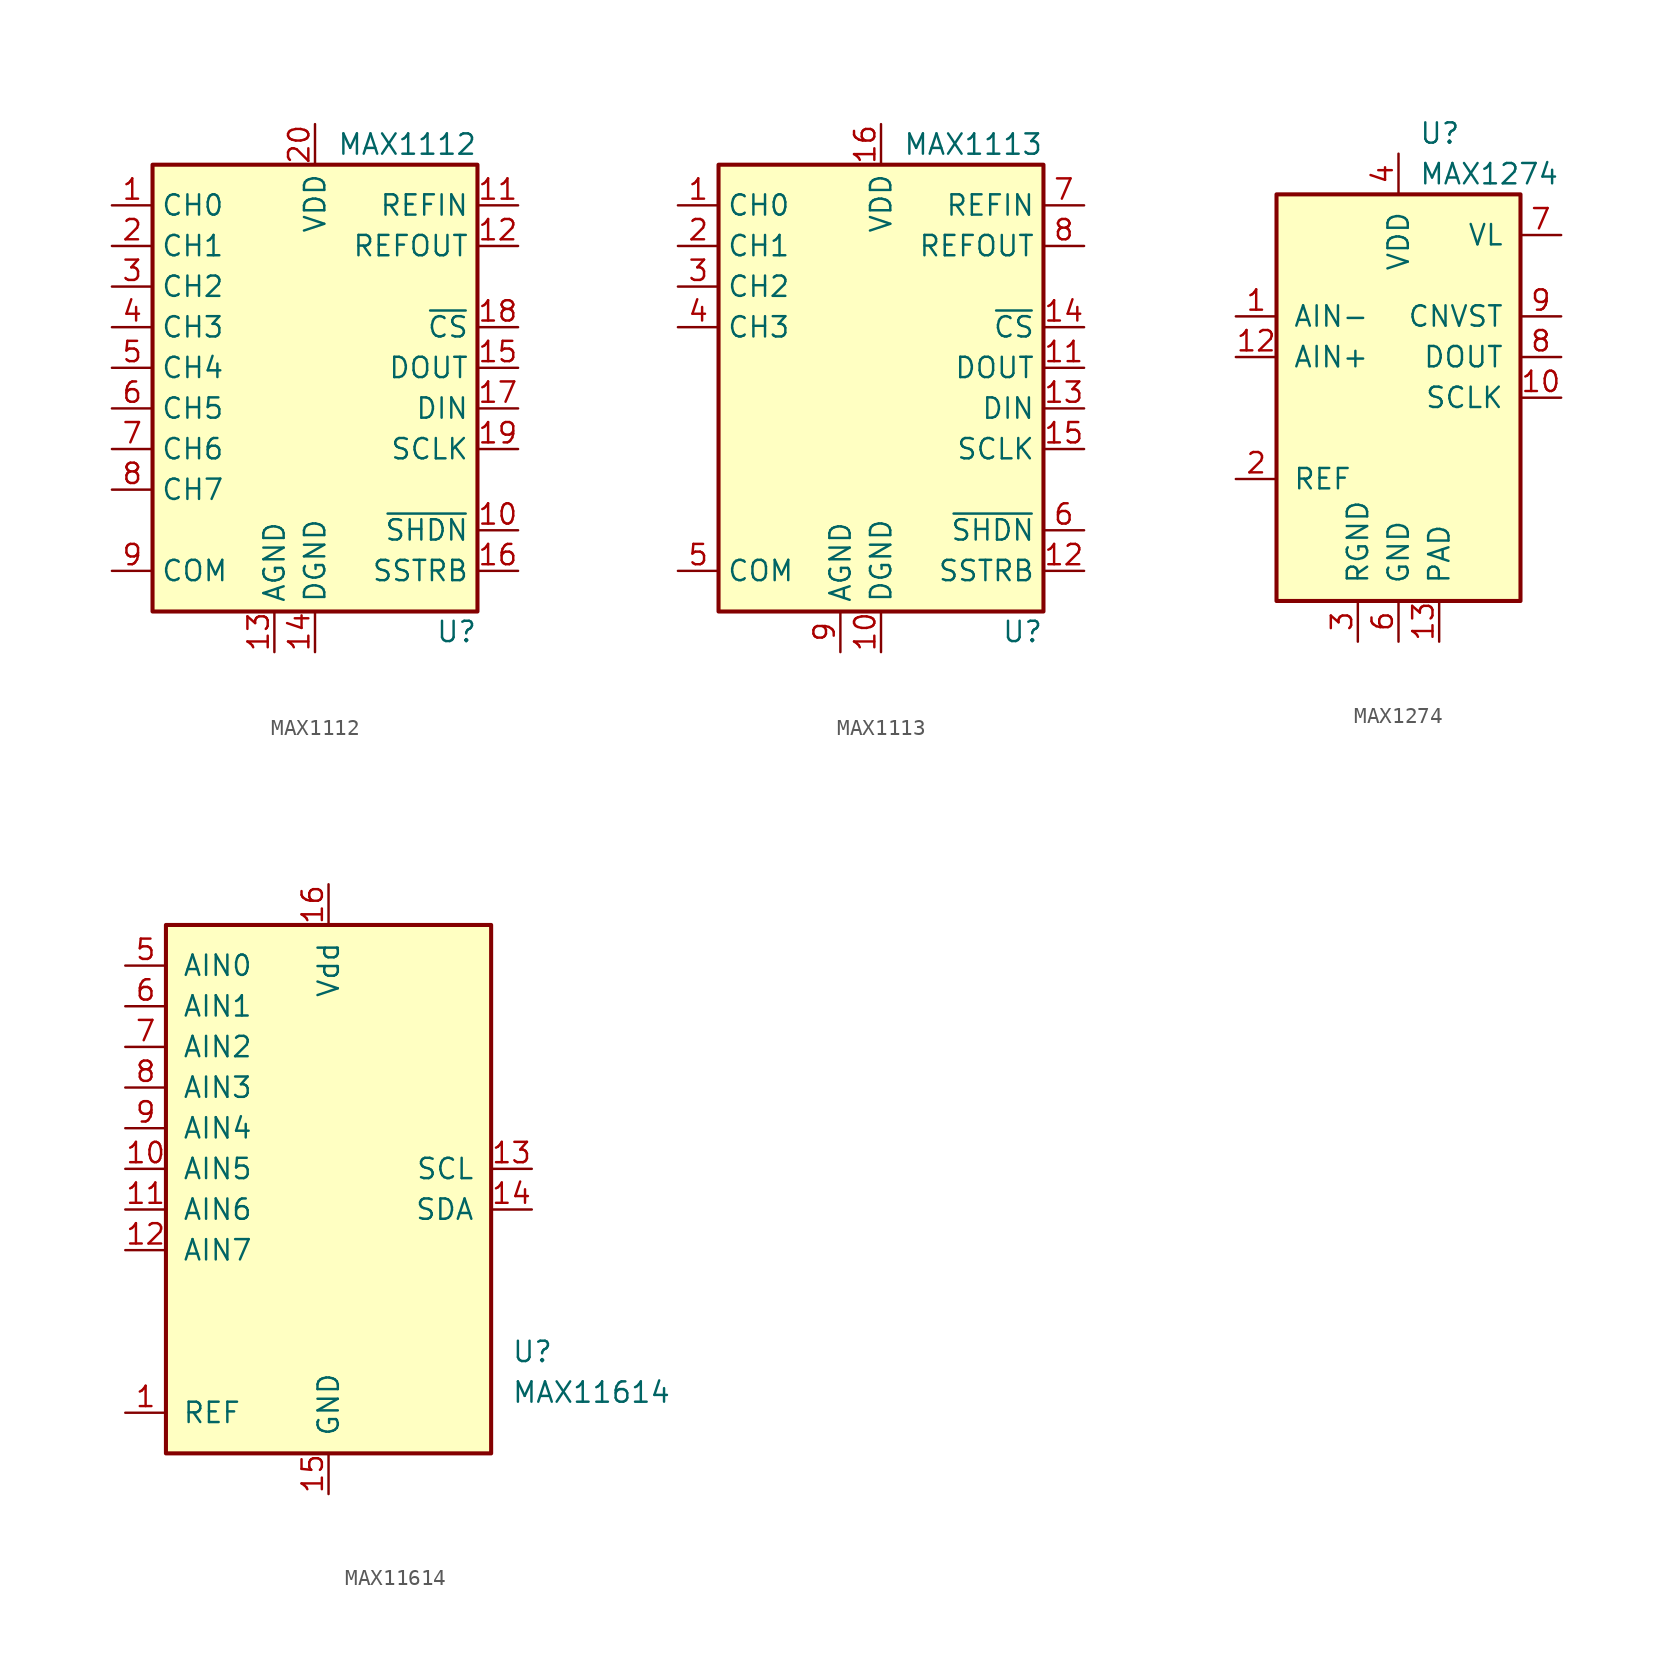
<source format=kicad_sym>
(kicad_symbol_lib
  (version 20211014)
  (generator kicad_symbol_editor)
  (symbol "MAX1112"
    (property "Reference" "U"
      (at 10.16 -13.97 0)
      (effects (font (size 1.27 1.27)) (justify right)))
    (property "Value" "MAX1112"
      (at 10.16 16.51 0)
      (effects (font (size 1.27 1.27)) (justify right)))
    (symbol "MAX1112_0_1"
      (rectangle (start 10.16 15.24) (end -10.16 -12.7) (stroke (width 0.254) (type default) (color 0 0 0 0)) (fill (type background))))
    (symbol "MAX1112_1_1"
      (pin input line (at -12.7 12.7 0) (length 2.54) (name "CH0" (effects (font (size 1.27 1.27)))) (number "1" (effects (font (size 1.27 1.27)))))
      (pin input line (at 12.7 -7.62 180) (length 2.54) (name "~{SHDN}" (effects (font (size 1.27 1.27)))) (number "10" (effects (font (size 1.27 1.27)))))
      (pin power_in line (at 12.7 12.7 180) (length 2.54) (name "REFIN" (effects (font (size 1.27 1.27)))) (number "11" (effects (font (size 1.27 1.27)))))
      (pin power_out line (at 12.7 10.16 180) (length 2.54) (name "REFOUT" (effects (font (size 1.27 1.27)))) (number "12" (effects (font (size 1.27 1.27)))))
      (pin power_in line (at -2.54 -15.24 90) (length 2.54) (name "AGND" (effects (font (size 1.27 1.27)))) (number "13" (effects (font (size 1.27 1.27)))))
      (pin power_in line (at 0 -15.24 90) (length 2.54) (name "DGND" (effects (font (size 1.27 1.27)))) (number "14" (effects (font (size 1.27 1.27)))))
      (pin output line (at 12.7 2.54 180) (length 2.54) (name "DOUT" (effects (font (size 1.27 1.27)))) (number "15" (effects (font (size 1.27 1.27)))))
      (pin output line (at 12.7 -10.16 180) (length 2.54) (name "SSTRB" (effects (font (size 1.27 1.27)))) (number "16" (effects (font (size 1.27 1.27)))))
      (pin input line (at 12.7 0 180) (length 2.54) (name "DIN" (effects (font (size 1.27 1.27)))) (number "17" (effects (font (size 1.27 1.27)))))
      (pin input line (at 12.7 5.08 180) (length 2.54) (name "~{CS}" (effects (font (size 1.27 1.27)))) (number "18" (effects (font (size 1.27 1.27)))))
      (pin input line (at 12.7 -2.54 180) (length 2.54) (name "SCLK" (effects (font (size 1.27 1.27)))) (number "19" (effects (font (size 1.27 1.27)))))
      (pin input line (at -12.7 10.16 0) (length 2.54) (name "CH1" (effects (font (size 1.27 1.27)))) (number "2" (effects (font (size 1.27 1.27)))))
      (pin power_in line (at 0 17.78 270) (length 2.54) (name "VDD" (effects (font (size 1.27 1.27)))) (number "20" (effects (font (size 1.27 1.27)))))
      (pin input line (at -12.7 7.62 0) (length 2.54) (name "CH2" (effects (font (size 1.27 1.27)))) (number "3" (effects (font (size 1.27 1.27)))))
      (pin input line (at -12.7 5.08 0) (length 2.54) (name "CH3" (effects (font (size 1.27 1.27)))) (number "4" (effects (font (size 1.27 1.27)))))
      (pin input line (at -12.7 2.54 0) (length 2.54) (name "CH4" (effects (font (size 1.27 1.27)))) (number "5" (effects (font (size 1.27 1.27)))))
      (pin input line (at -12.7 0 0) (length 2.54) (name "CH5" (effects (font (size 1.27 1.27)))) (number "6" (effects (font (size 1.27 1.27)))))
      (pin input line (at -12.7 -2.54 0) (length 2.54) (name "CH6" (effects (font (size 1.27 1.27)))) (number "7" (effects (font (size 1.27 1.27)))))
      (pin input line (at -12.7 -5.08 0) (length 2.54) (name "CH7" (effects (font (size 1.27 1.27)))) (number "8" (effects (font (size 1.27 1.27)))))
      (pin power_in line (at -12.7 -10.16 0) (length 2.54) (name "COM" (effects (font (size 1.27 1.27)))) (number "9" (effects (font (size 1.27 1.27)))))))
  (symbol "MAX1113"
    (property "Reference" "U"
      (at 10.16 -13.97 0)
      (effects (font (size 1.27 1.27)) (justify right)))
    (property "Value" "MAX1113"
      (at 10.16 16.51 0)
      (effects (font (size 1.27 1.27)) (justify right)))
    (symbol "MAX1113_0_1"
      (rectangle (start 10.16 15.24) (end -10.16 -12.7) (stroke (width 0.254) (type default) (color 0 0 0 0)) (fill (type background))))
    (symbol "MAX1113_1_1"
      (pin input line (at -12.7 12.7 0) (length 2.54) (name "CH0" (effects (font (size 1.27 1.27)))) (number "1" (effects (font (size 1.27 1.27)))))
      (pin power_in line (at 0 -15.24 90) (length 2.54) (name "DGND" (effects (font (size 1.27 1.27)))) (number "10" (effects (font (size 1.27 1.27)))))
      (pin output line (at 12.7 2.54 180) (length 2.54) (name "DOUT" (effects (font (size 1.27 1.27)))) (number "11" (effects (font (size 1.27 1.27)))))
      (pin output line (at 12.7 -10.16 180) (length 2.54) (name "SSTRB" (effects (font (size 1.27 1.27)))) (number "12" (effects (font (size 1.27 1.27)))))
      (pin input line (at 12.7 0 180) (length 2.54) (name "DIN" (effects (font (size 1.27 1.27)))) (number "13" (effects (font (size 1.27 1.27)))))
      (pin input line (at 12.7 5.08 180) (length 2.54) (name "~{CS}" (effects (font (size 1.27 1.27)))) (number "14" (effects (font (size 1.27 1.27)))))
      (pin input line (at 12.7 -2.54 180) (length 2.54) (name "SCLK" (effects (font (size 1.27 1.27)))) (number "15" (effects (font (size 1.27 1.27)))))
      (pin power_in line (at 0 17.78 270) (length 2.54) (name "VDD" (effects (font (size 1.27 1.27)))) (number "16" (effects (font (size 1.27 1.27)))))
      (pin input line (at -12.7 10.16 0) (length 2.54) (name "CH1" (effects (font (size 1.27 1.27)))) (number "2" (effects (font (size 1.27 1.27)))))
      (pin input line (at -12.7 7.62 0) (length 2.54) (name "CH2" (effects (font (size 1.27 1.27)))) (number "3" (effects (font (size 1.27 1.27)))))
      (pin input line (at -12.7 5.08 0) (length 2.54) (name "CH3" (effects (font (size 1.27 1.27)))) (number "4" (effects (font (size 1.27 1.27)))))
      (pin power_in line (at -12.7 -10.16 0) (length 2.54) (name "COM" (effects (font (size 1.27 1.27)))) (number "5" (effects (font (size 1.27 1.27)))))
      (pin input line (at 12.7 -7.62 180) (length 2.54) (name "~{SHDN}" (effects (font (size 1.27 1.27)))) (number "6" (effects (font (size 1.27 1.27)))))
      (pin power_in line (at 12.7 12.7 180) (length 2.54) (name "REFIN" (effects (font (size 1.27 1.27)))) (number "7" (effects (font (size 1.27 1.27)))))
      (pin power_out line (at 12.7 10.16 180) (length 2.54) (name "REFOUT" (effects (font (size 1.27 1.27)))) (number "8" (effects (font (size 1.27 1.27)))))
      (pin power_in line (at -2.54 -15.24 90) (length 2.54) (name "AGND" (effects (font (size 1.27 1.27)))) (number "9" (effects (font (size 1.27 1.27)))))))
  (symbol "MAX1274"
    (pin_names
      (offset 1.016))
    (property "Reference" "U"
      (at 1.27 16.51 0)
      (effects (font (size 1.27 1.27)) (justify left)))
    (property "Value" "MAX1274"
      (at 1.27 13.97 0)
      (effects (font (size 1.27 1.27)) (justify left)))
    (symbol "MAX1274_1_1"
      (rectangle (start -7.62 12.7) (end 7.62 -12.7) (stroke (width 0.254) (type default) (color 0 0 0 0)) (fill (type background)))
      (pin input line (at -10.16 5.08 0) (length 2.54) (name "AIN-" (effects (font (size 1.27 1.27)))) (number "1" (effects (font (size 1.27 1.27)))))
      (pin input line (at 10.16 0 180) (length 2.54) (name "SCLK" (effects (font (size 1.27 1.27)))) (number "10" (effects (font (size 1.27 1.27)))))
      (pin no_connect line (at 10.16 -5.08 180) (length 2.54) hide (name "NC" (effects (font (size 1.27 1.27)))) (number "11" (effects (font (size 1.27 1.27)))))
      (pin input line (at -10.16 2.54 0) (length 2.54) (name "AIN+" (effects (font (size 1.27 1.27)))) (number "12" (effects (font (size 1.27 1.27)))))
      (pin power_in line (at 2.54 -15.24 90) (length 2.54) (name "PAD" (effects (font (size 1.27 1.27)))) (number "13" (effects (font (size 1.27 1.27)))))
      (pin input line (at -10.16 -5.08 0) (length 2.54) (name "REF" (effects (font (size 1.27 1.27)))) (number "2" (effects (font (size 1.27 1.27)))))
      (pin power_in line (at -2.54 -15.24 90) (length 2.54) (name "RGND" (effects (font (size 1.27 1.27)))) (number "3" (effects (font (size 1.27 1.27)))))
      (pin power_in line (at 0 15.24 270) (length 2.54) (name "VDD" (effects (font (size 1.27 1.27)))) (number "4" (effects (font (size 1.27 1.27)))))
      (pin no_connect line (at 10.16 -7.62 180) (length 2.54) hide (name "NC" (effects (font (size 1.27 1.27)))) (number "5" (effects (font (size 1.27 1.27)))))
      (pin power_in line (at 0 -15.24 90) (length 2.54) (name "GND" (effects (font (size 1.27 1.27)))) (number "6" (effects (font (size 1.27 1.27)))))
      (pin power_in line (at 10.16 10.16 180) (length 2.54) (name "VL" (effects (font (size 1.27 1.27)))) (number "7" (effects (font (size 1.27 1.27)))))
      (pin output line (at 10.16 2.54 180) (length 2.54) (name "DOUT" (effects (font (size 1.27 1.27)))) (number "8" (effects (font (size 1.27 1.27)))))
      (pin input line (at 10.16 5.08 180) (length 2.54) (name "CNVST" (effects (font (size 1.27 1.27)))) (number "9" (effects (font (size 1.27 1.27)))))))
  (symbol "MAX11614"
    (pin_names
      (offset 1.016))
    (property "Reference" "U"
      (at 11.43 -11.43 0)
      (effects (font (size 1.27 1.27)) (justify left)))
    (property "Value" "MAX11614"
      (at 11.43 -13.97 0)
      (effects (font (size 1.27 1.27)) (justify left)))
    (symbol "MAX11614_0_1"
      (rectangle (start -10.16 15.24) (end 10.16 -17.78) (stroke (width 0.254) (type default) (color 0 0 0 0)) (fill (type background))))
    (symbol "MAX11614_1_1"
      (pin input line (at -12.7 -15.24 0) (length 2.54) (name "REF" (effects (font (size 1.27 1.27)))) (number "1" (effects (font (size 1.27 1.27)))))
      (pin input line (at -12.7 0 0) (length 2.54) (name "AIN5" (effects (font (size 1.27 1.27)))) (number "10" (effects (font (size 1.27 1.27)))))
      (pin input line (at -12.7 -2.54 0) (length 2.54) (name "AIN6" (effects (font (size 1.27 1.27)))) (number "11" (effects (font (size 1.27 1.27)))))
      (pin input line (at -12.7 -5.08 0) (length 2.54) (name "AIN7" (effects (font (size 1.27 1.27)))) (number "12" (effects (font (size 1.27 1.27)))))
      (pin input line (at 12.7 0 180) (length 2.54) (name "SCL" (effects (font (size 1.27 1.27)))) (number "13" (effects (font (size 1.27 1.27)))))
      (pin bidirectional line (at 12.7 -2.54 180) (length 2.54) (name "SDA" (effects (font (size 1.27 1.27)))) (number "14" (effects (font (size 1.27 1.27)))))
      (pin power_in line (at 0 -20.32 90) (length 2.54) (name "GND" (effects (font (size 1.27 1.27)))) (number "15" (effects (font (size 1.27 1.27)))))
      (pin power_in line (at 0 17.78 270) (length 2.54) (name "Vdd" (effects (font (size 1.27 1.27)))) (number "16" (effects (font (size 1.27 1.27)))))
      (pin no_connect line (at -12.7 -12.7 0) (length 2.54) hide (name "NC" (effects (font (size 1.27 1.27)))) (number "2" (effects (font (size 1.27 1.27)))))
      (pin no_connect line (at -12.7 -10.16 0) (length 2.54) hide (name "NC" (effects (font (size 1.27 1.27)))) (number "3" (effects (font (size 1.27 1.27)))))
      (pin no_connect line (at -12.7 -7.62 0) (length 2.54) hide (name "NC" (effects (font (size 1.27 1.27)))) (number "4" (effects (font (size 1.27 1.27)))))
      (pin input line (at -12.7 12.7 0) (length 2.54) (name "AIN0" (effects (font (size 1.27 1.27)))) (number "5" (effects (font (size 1.27 1.27)))))
      (pin input line (at -12.7 10.16 0) (length 2.54) (name "AIN1" (effects (font (size 1.27 1.27)))) (number "6" (effects (font (size 1.27 1.27)))))
      (pin input line (at -12.7 7.62 0) (length 2.54) (name "AIN2" (effects (font (size 1.27 1.27)))) (number "7" (effects (font (size 1.27 1.27)))))
      (pin input line (at -12.7 5.08 0) (length 2.54) (name "AIN3" (effects (font (size 1.27 1.27)))) (number "8" (effects (font (size 1.27 1.27)))))
      (pin input line (at -12.7 2.54 0) (length 2.54) (name "AIN4" (effects (font (size 1.27 1.27)))) (number "9" (effects (font (size 1.27 1.27))))))))
</source>
